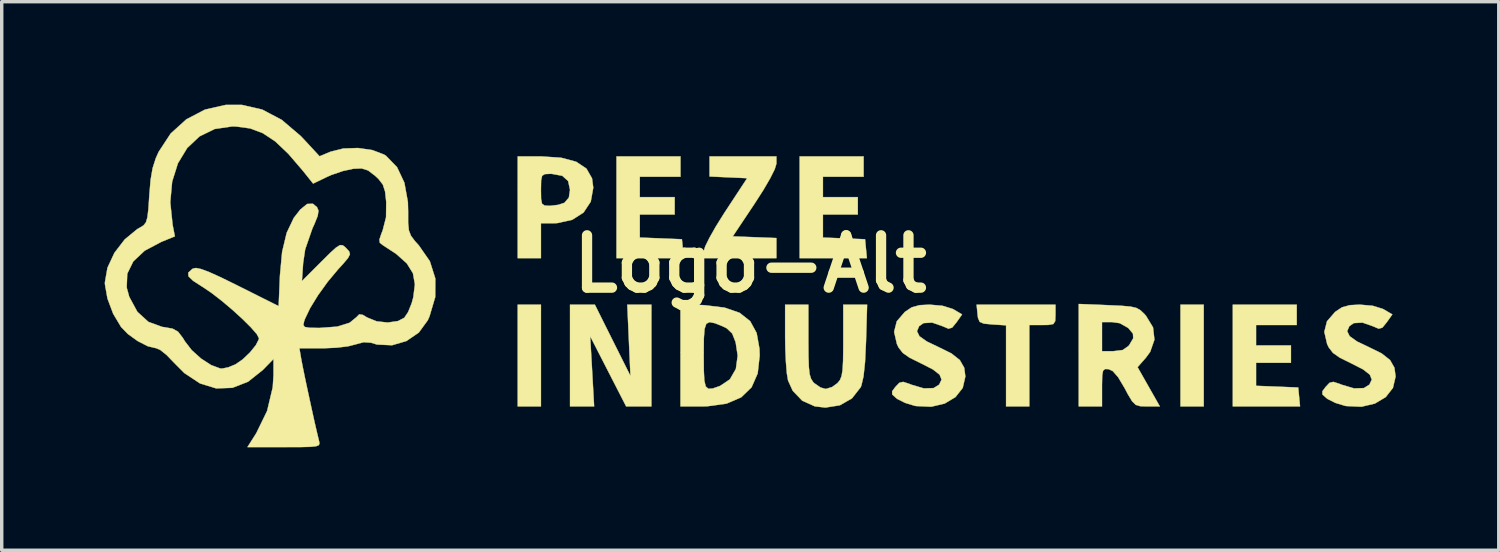
<source format=kicad_pcb>
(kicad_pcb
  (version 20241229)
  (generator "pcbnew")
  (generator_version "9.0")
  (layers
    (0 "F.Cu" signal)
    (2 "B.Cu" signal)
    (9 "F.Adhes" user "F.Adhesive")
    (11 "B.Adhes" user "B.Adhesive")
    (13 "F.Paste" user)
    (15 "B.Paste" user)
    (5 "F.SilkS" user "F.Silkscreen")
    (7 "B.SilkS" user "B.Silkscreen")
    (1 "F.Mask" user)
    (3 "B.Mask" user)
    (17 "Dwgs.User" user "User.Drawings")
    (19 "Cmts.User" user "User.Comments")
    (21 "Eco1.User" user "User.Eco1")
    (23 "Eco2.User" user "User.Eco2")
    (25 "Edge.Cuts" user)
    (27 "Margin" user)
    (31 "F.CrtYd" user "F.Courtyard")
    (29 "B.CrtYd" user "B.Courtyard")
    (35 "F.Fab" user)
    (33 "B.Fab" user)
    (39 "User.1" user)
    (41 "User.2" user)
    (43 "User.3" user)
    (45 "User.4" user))
  (footprint "Logo-Alt"
    (layer "F.Cu")
    (at 18.801 4.638)
    (property "Reference" "Logo-Alt" (at 0 0 0) (layer "F.SilkS") (effects (font (size 1.524 1.524) (thickness 0.3))))
    (attr through_hole)
    (fp_poly (pts (xy -6.096 4.149) (xy -6.773 4.149) (xy -6.773 1.185) (xy -6.096 1.185) (xy -6.096 4.149)) (stroke (width 0.01) (type solid)) (fill yes) (layer "F.SilkS"))
    (fp_poly (pts (xy 13.208 4.149) (xy 12.531 4.149) (xy 12.531 1.185) (xy 13.208 1.185) (xy 13.208 4.149)) (stroke (width 0.01) (type solid)) (fill yes) (layer "F.SilkS"))
    (fp_poly (pts (xy -4.008 2.223) (xy -3.489 3.26) (xy -3.581 1.185) (xy -2.879 1.185) (xy -2.879 4.149) (xy -3.614 4.149) (xy -4.138 3.127) (xy -4.662 2.105) (xy -4.604 3.127) (xy -4.547 4.149) (xy -5.249 4.149) (xy -5.249 1.185) (xy -4.526 1.185) (xy -4.008 2.223)) (stroke (width 0.01) (type solid)) (fill yes) (layer "F.SilkS"))
    (fp_poly (pts (xy -2.032 -2.54) (xy -3.217 -2.54) (xy -3.217 -1.947) (xy -2.201 -1.947) (xy -2.201 -1.439) (xy -3.217 -1.439) (xy -3.217 -0.769) (xy -2.603 -0.745) (xy -1.99 -0.72) (xy -1.937 -0.169) (xy -3.895 -0.169) (xy -3.895 -3.133) (xy -2.032 -3.133) (xy -2.032 -2.54)) (stroke (width 0.01) (type solid)) (fill yes) (layer "F.SilkS"))
    (fp_poly (pts (xy 3.302 -2.54) (xy 2.117 -2.54) (xy 2.117 -1.947) (xy 3.133 -1.947) (xy 3.133 -1.439) (xy 2.117 -1.439) (xy 2.117 -0.769) (xy 2.731 -0.745) (xy 3.344 -0.72) (xy 3.397 -0.169) (xy 1.439 -0.169) (xy 1.439 -3.133) (xy 3.302 -3.133) (xy 3.302 -2.54)) (stroke (width 0.01) (type solid)) (fill yes) (layer "F.SilkS"))
    (fp_poly (pts (xy 15.917 1.778) (xy 14.732 1.778) (xy 14.732 2.371) (xy 15.748 2.371) (xy 15.748 2.879) (xy 14.732 2.879) (xy 14.732 3.549) (xy 15.346 3.573) (xy 15.96 3.598) (xy 16.013 4.149) (xy 14.055 4.149) (xy 14.055 1.185) (xy 15.917 1.185) (xy 15.917 1.778)) (stroke (width 0.01) (type solid)) (fill yes) (layer "F.SilkS"))
    (fp_poly (pts (xy 8.89 1.482) (xy 8.882 1.664) (xy 8.827 1.75) (xy 8.679 1.776) (xy 8.509 1.778) (xy 8.128 1.778) (xy 8.128 4.149) (xy 7.451 4.149) (xy 7.451 1.787) (xy 7.048 1.761) (xy 6.805 1.738) (xy 6.683 1.687) (xy 6.634 1.574) (xy 6.62 1.46) (xy 6.593 1.185) (xy 8.89 1.185) (xy 8.89 1.482)) (stroke (width 0.01) (type solid)) (fill yes) (layer "F.SilkS"))
    (fp_poly (pts (xy 0.762 -2.919) (xy 0.714 -2.762) (xy 0.581 -2.495) (xy 0.378 -2.147) (xy 0.126 -1.755) (xy -0.509 -0.804) (xy 0.762 -0.755) (xy 0.762 -0.169) (xy -1.355 -0.169) (xy -1.355 -0.372) (xy -1.31 -0.516) (xy -1.186 -0.766) (xy -1.002 -1.091) (xy -0.774 -1.456) (xy -0.722 -1.536) (xy -0.09 -2.498) (xy -0.638 -2.523) (xy -1.185 -2.548) (xy -1.185 -3.133) (xy 0.762 -3.133) (xy 0.762 -2.919)) (stroke (width 0.01) (type solid)) (fill yes) (layer "F.SilkS"))
    (fp_poly (pts (xy -5.508 -3.094) (xy -5.069 -2.977) (xy -4.771 -2.778) (xy -4.608 -2.494) (xy -4.572 -2.221) (xy -4.645 -1.815) (xy -4.854 -1.499) (xy -5.184 -1.287) (xy -5.621 -1.19) (xy -5.755 -1.185) (xy -6.096 -1.185) (xy -6.096 -0.169) (xy -6.773 -0.169) (xy -6.773 -2.159) (xy -6.096 -2.159) (xy -6.092 -1.893) (xy -6.064 -1.754) (xy -5.989 -1.702) (xy -5.844 -1.693) (xy -5.836 -1.693) (xy -5.592 -1.722) (xy -5.413 -1.781) (xy -5.283 -1.932) (xy -5.249 -2.159) (xy -5.304 -2.416) (xy -5.475 -2.568) (xy -5.779 -2.624) (xy -5.836 -2.625) (xy -5.985 -2.617) (xy -6.062 -2.567) (xy -6.091 -2.433) (xy -6.096 -2.173) (xy -6.096 -2.159) (xy -6.773 -2.159) (xy -6.773 -3.133) (xy -6.093 -3.133) (xy -5.508 -3.094)) (stroke (width 0.01) (type solid)) (fill yes) (layer "F.SilkS"))
    (fp_poly (pts (xy 1.693 2.244) (xy 1.696 2.692) (xy 1.707 3.004) (xy 1.73 3.211) (xy 1.771 3.345) (xy 1.833 3.44) (xy 1.863 3.471) (xy 2.047 3.598) (xy 2.201 3.641) (xy 2.386 3.583) (xy 2.54 3.471) (xy 2.611 3.384) (xy 2.659 3.268) (xy 2.689 3.092) (xy 2.704 2.823) (xy 2.709 2.429) (xy 2.709 2.244) (xy 2.709 1.185) (xy 3.404 1.185) (xy 3.372 2.265) (xy 3.344 2.851) (xy 3.299 3.275) (xy 3.236 3.544) (xy 3.216 3.591) (xy 2.962 3.915) (xy 2.61 4.116) (xy 2.187 4.183) (xy 1.878 4.146) (xy 1.514 3.982) (xy 1.237 3.693) (xy 1.101 3.393) (xy 1.066 3.184) (xy 1.039 2.855) (xy 1.021 2.456) (xy 1.016 2.138) (xy 1.016 1.185) (xy 1.693 1.185) (xy 1.693 2.244)) (stroke (width 0.01) (type solid)) (fill yes) (layer "F.SilkS"))
    (fp_poly (pts (xy -1.326 1.201) (xy -0.746 1.272) (xy -0.309 1.423) (xy -0.002 1.666) (xy 0.187 2.012) (xy 0.269 2.471) (xy 0.275 2.667) (xy 0.217 3.187) (xy 0.039 3.592) (xy -0.263 3.884) (xy -0.691 4.068) (xy -1.251 4.145) (xy -1.415 4.149) (xy -2.032 4.149) (xy -2.032 2.667) (xy -1.355 2.667) (xy -1.352 3.106) (xy -1.337 3.399) (xy -1.296 3.568) (xy -1.218 3.636) (xy -1.09 3.626) (xy -0.901 3.56) (xy -0.88 3.553) (xy -0.594 3.361) (xy -0.419 3.058) (xy -0.366 2.67) (xy -0.425 2.281) (xy -0.525 2.026) (xy -0.684 1.874) (xy -0.807 1.814) (xy -1.031 1.725) (xy -1.185 1.694) (xy -1.28 1.742) (xy -1.33 1.891) (xy -1.351 2.163) (xy -1.355 2.579) (xy -1.355 2.667) (xy -2.032 2.667) (xy -2.032 1.164) (xy -1.326 1.201)) (stroke (width 0.01) (type solid)) (fill yes) (layer "F.SilkS"))
    (fp_poly (pts (xy 10.424 1.2) (xy 10.814 1.218) (xy 11.074 1.241) (xy 11.245 1.28) (xy 11.365 1.348) (xy 11.476 1.453) (xy 11.525 1.508) (xy 11.731 1.847) (xy 11.772 2.204) (xy 11.649 2.558) (xy 11.525 2.728) (xy 11.281 3.006) (xy 11.93 4.149) (xy 11.558 4.149) (xy 11.361 4.143) (xy 11.229 4.104) (xy 11.122 3.999) (xy 10.999 3.795) (xy 10.906 3.619) (xy 10.715 3.298) (xy 10.556 3.118) (xy 10.435 3.063) (xy 10.333 3.06) (xy 10.276 3.11) (xy 10.251 3.249) (xy 10.245 3.515) (xy 10.245 3.592) (xy 10.245 4.149) (xy 9.567 4.149) (xy 9.567 1.693) (xy 10.245 1.693) (xy 10.245 2.54) (xy 10.579 2.54) (xy 10.846 2.507) (xy 11.014 2.391) (xy 11.044 2.352) (xy 11.154 2.165) (xy 11.147 2.031) (xy 11.018 1.874) (xy 11.007 1.863) (xy 10.762 1.725) (xy 10.541 1.693) (xy 10.245 1.693) (xy 9.567 1.693) (xy 9.567 1.166) (xy 10.424 1.2)) (stroke (width 0.01) (type solid)) (fill yes) (layer "F.SilkS"))
    (fp_poly (pts (xy 5.6 1.218) (xy 5.894 1.309) (xy 5.93 1.328) (xy 6.17 1.47) (xy 6.005 1.703) (xy 5.88 1.855) (xy 5.772 1.885) (xy 5.608 1.815) (xy 5.301 1.708) (xy 5.049 1.722) (xy 4.92 1.81) (xy 4.856 1.958) (xy 4.927 2.104) (xy 5.145 2.259) (xy 5.469 2.413) (xy 5.858 2.605) (xy 6.104 2.799) (xy 6.232 3.022) (xy 6.265 3.277) (xy 6.189 3.609) (xy 5.978 3.877) (xy 5.662 4.066) (xy 5.269 4.158) (xy 4.828 4.138) (xy 4.784 4.129) (xy 4.514 4.047) (xy 4.288 3.934) (xy 4.259 3.913) (xy 4.135 3.801) (xy 4.133 3.708) (xy 4.23 3.578) (xy 4.344 3.46) (xy 4.455 3.434) (xy 4.634 3.492) (xy 4.688 3.515) (xy 5.057 3.624) (xy 5.341 3.615) (xy 5.502 3.515) (xy 5.572 3.368) (xy 5.516 3.225) (xy 5.321 3.072) (xy 4.975 2.895) (xy 4.954 2.885) (xy 4.639 2.729) (xy 4.442 2.59) (xy 4.32 2.433) (xy 4.272 2.332) (xy 4.19 1.977) (xy 4.268 1.67) (xy 4.503 1.397) (xy 4.703 1.263) (xy 4.932 1.2) (xy 5.222 1.185) (xy 5.6 1.218)) (stroke (width 0.01) (type solid)) (fill yes) (layer "F.SilkS"))
    (fp_poly (pts (xy 18.13 1.218) (xy 18.425 1.309) (xy 18.46 1.328) (xy 18.701 1.47) (xy 18.535 1.703) (xy 18.411 1.855) (xy 18.303 1.885) (xy 18.138 1.815) (xy 17.832 1.708) (xy 17.58 1.722) (xy 17.45 1.81) (xy 17.386 1.958) (xy 17.458 2.104) (xy 17.675 2.259) (xy 17.999 2.413) (xy 18.389 2.605) (xy 18.635 2.799) (xy 18.762 3.022) (xy 18.796 3.277) (xy 18.719 3.609) (xy 18.509 3.877) (xy 18.193 4.066) (xy 17.8 4.158) (xy 17.358 4.138) (xy 17.314 4.129) (xy 17.045 4.047) (xy 16.819 3.934) (xy 16.79 3.913) (xy 16.665 3.801) (xy 16.664 3.708) (xy 16.761 3.578) (xy 16.874 3.46) (xy 16.985 3.434) (xy 17.165 3.492) (xy 17.219 3.515) (xy 17.587 3.624) (xy 17.872 3.615) (xy 18.033 3.515) (xy 18.103 3.368) (xy 18.046 3.225) (xy 17.852 3.072) (xy 17.506 2.895) (xy 17.485 2.885) (xy 17.17 2.729) (xy 16.972 2.59) (xy 16.851 2.433) (xy 16.802 2.332) (xy 16.72 1.977) (xy 16.798 1.67) (xy 17.034 1.397) (xy 17.234 1.263) (xy 17.463 1.2) (xy 17.752 1.185) (xy 18.13 1.218)) (stroke (width 0.01) (type solid)) (fill yes) (layer "F.SilkS"))
    (fp_poly (pts (xy -14.214 -4.497) (xy -13.644 -4.196) (xy -13.094 -3.728) (xy -12.996 -3.625) (xy -12.543 -3.136) (xy -12.222 -3.27) (xy -11.851 -3.363) (xy -11.424 -3.377) (xy -11.007 -3.317) (xy -10.666 -3.187) (xy -10.608 -3.15) (xy -10.287 -2.819) (xy -10.073 -2.366) (xy -9.971 -1.805) (xy -9.964 -1.524) (xy -9.964 -1.195) (xy -9.943 -0.98) (xy -9.882 -0.821) (xy -9.764 -0.664) (xy -9.654 -0.543) (xy -9.332 -0.081) (xy -9.172 0.424) (xy -9.175 0.964) (xy -9.343 1.531) (xy -9.393 1.641) (xy -9.653 1.998) (xy -10.014 2.245) (xy -10.432 2.367) (xy -10.87 2.347) (xy -11.048 2.293) (xy -11.26 2.279) (xy -11.49 2.341) (xy -11.712 2.398) (xy -12.041 2.438) (xy -12.412 2.455) (xy -12.447 2.455) (xy -13.131 2.455) (xy -13.077 2.773) (xy -13.035 2.991) (xy -12.967 3.325) (xy -12.881 3.728) (xy -12.788 4.156) (xy -12.699 4.562) (xy -12.621 4.9) (xy -12.567 5.125) (xy -12.562 5.144) (xy -12.546 5.222) (xy -12.564 5.276) (xy -12.643 5.308) (xy -12.809 5.326) (xy -13.089 5.333) (xy -13.508 5.334) (xy -13.577 5.334) (xy -14.644 5.334) (xy -14.389 4.932) (xy -14.072 4.283) (xy -13.907 3.59) (xy -13.885 3.231) (xy -13.885 2.768) (xy -14.196 3.087) (xy -14.625 3.429) (xy -15.082 3.607) (xy -15.554 3.624) (xy -16.025 3.48) (xy -16.484 3.176) (xy -16.788 2.87) (xy -16.996 2.654) (xy -17.183 2.504) (xy -17.297 2.455) (xy -17.544 2.397) (xy -17.84 2.246) (xy -18.126 2.04) (xy -18.324 1.836) (xy -18.555 1.45) (xy -18.721 1.008) (xy -18.778 0.687) (xy -18.161 0.687) (xy -18.087 0.956) (xy -17.85 1.394) (xy -17.528 1.687) (xy -17.127 1.833) (xy -17.068 1.841) (xy -16.824 1.884) (xy -16.665 1.973) (xy -16.526 2.154) (xy -16.468 2.25) (xy -16.265 2.513) (xy -15.993 2.757) (xy -15.702 2.945) (xy -15.443 3.042) (xy -15.384 3.047) (xy -15.201 3.01) (xy -14.992 2.924) (xy -14.781 2.778) (xy -14.569 2.575) (xy -14.398 2.363) (xy -14.312 2.191) (xy -14.309 2.163) (xy -14.371 2.044) (xy -14.54 1.85) (xy -14.785 1.606) (xy -15.077 1.34) (xy -15.388 1.077) (xy -15.688 0.845) (xy -15.948 0.669) (xy -15.951 0.668) (xy -16.227 0.49) (xy -16.362 0.359) (xy -16.368 0.254) (xy -16.257 0.151) (xy -16.233 0.136) (xy -16.144 0.117) (xy -15.993 0.148) (xy -15.758 0.236) (xy -15.418 0.39) (xy -14.953 0.618) (xy -14.914 0.638) (xy -13.735 1.228) (xy -13.698 0.339) (xy -13.634 -0.352) (xy -13.502 -0.905) (xy -13.295 -1.341) (xy -13.104 -1.586) (xy -12.904 -1.748) (xy -12.738 -1.754) (xy -12.618 -1.654) (xy -12.575 -1.553) (xy -12.598 -1.4) (xy -12.696 -1.156) (xy -12.75 -1.04) (xy -12.963 -0.425) (xy -13.022 -0.026) (xy -13.058 0.499) (xy -12.496 -0.063) (xy -12.233 -0.324) (xy -12.06 -0.48) (xy -11.949 -0.549) (xy -11.869 -0.545) (xy -11.792 -0.484) (xy -11.764 -0.456) (xy -11.681 -0.365) (xy -11.659 -0.283) (xy -11.714 -0.174) (xy -11.859 -0.002) (xy -12.009 0.162) (xy -12.306 0.518) (xy -12.587 0.908) (xy -12.818 1.285) (xy -12.97 1.602) (xy -12.994 1.672) (xy -13.015 1.778) (xy -12.974 1.835) (xy -12.837 1.858) (xy -12.568 1.863) (xy -12.542 1.863) (xy -12.03 1.825) (xy -11.666 1.711) (xy -11.472 1.552) (xy -11.388 1.467) (xy -11.286 1.482) (xy -11.155 1.56) (xy -10.88 1.671) (xy -10.559 1.706) (xy -10.26 1.663) (xy -10.076 1.567) (xy -9.965 1.402) (xy -9.86 1.141) (xy -9.814 0.973) (xy -9.767 0.592) (xy -9.824 0.271) (xy -10.002 -0.016) (xy -10.314 -0.295) (xy -10.705 -0.55) (xy -10.789 -0.617) (xy -10.801 -0.709) (xy -10.743 -0.883) (xy -10.707 -0.971) (xy -10.607 -1.36) (xy -10.602 -1.809) (xy -10.636 -2.112) (xy -10.701 -2.312) (xy -10.826 -2.474) (xy -10.919 -2.562) (xy -11.129 -2.723) (xy -11.32 -2.783) (xy -11.561 -2.773) (xy -11.861 -2.708) (xy -12.196 -2.594) (xy -12.327 -2.536) (xy -12.731 -2.341) (xy -13.031 -2.716) (xy -13.455 -3.21) (xy -13.834 -3.569) (xy -14.195 -3.809) (xy -14.565 -3.948) (xy -14.973 -4.003) (xy -15.089 -4.006) (xy -15.599 -3.931) (xy -16.039 -3.716) (xy -16.399 -3.377) (xy -16.669 -2.932) (xy -16.837 -2.4) (xy -16.892 -1.797) (xy -16.824 -1.143) (xy -16.758 -0.804) (xy -17.149 -0.645) (xy -17.636 -0.387) (xy -17.969 -0.075) (xy -18.145 0.285) (xy -18.161 0.687) (xy -18.778 0.687) (xy -18.795 0.589) (xy -18.796 0.537) (xy -18.721 0.11) (xy -18.519 -0.323) (xy -18.219 -0.714) (xy -17.855 -1.014) (xy -17.772 -1.061) (xy -17.669 -1.125) (xy -17.601 -1.212) (xy -17.558 -1.358) (xy -17.529 -1.599) (xy -17.504 -1.971) (xy -17.503 -1.993) (xy -17.465 -2.448) (xy -17.406 -2.791) (xy -17.313 -3.081) (xy -17.231 -3.264) (xy -16.881 -3.798) (xy -16.423 -4.213) (xy -15.88 -4.496) (xy -15.275 -4.633) (xy -14.808 -4.633) (xy -14.214 -4.497)) (stroke (width 0.01) (type solid)) (fill yes) (layer "F.SilkS")))
  (gr_rect
    (start -3 -3)
    (end 40.602 12.977)
    (stroke (width 0.1) (type default))
    (fill no)
    (layer "Edge.Cuts")))
</source>
